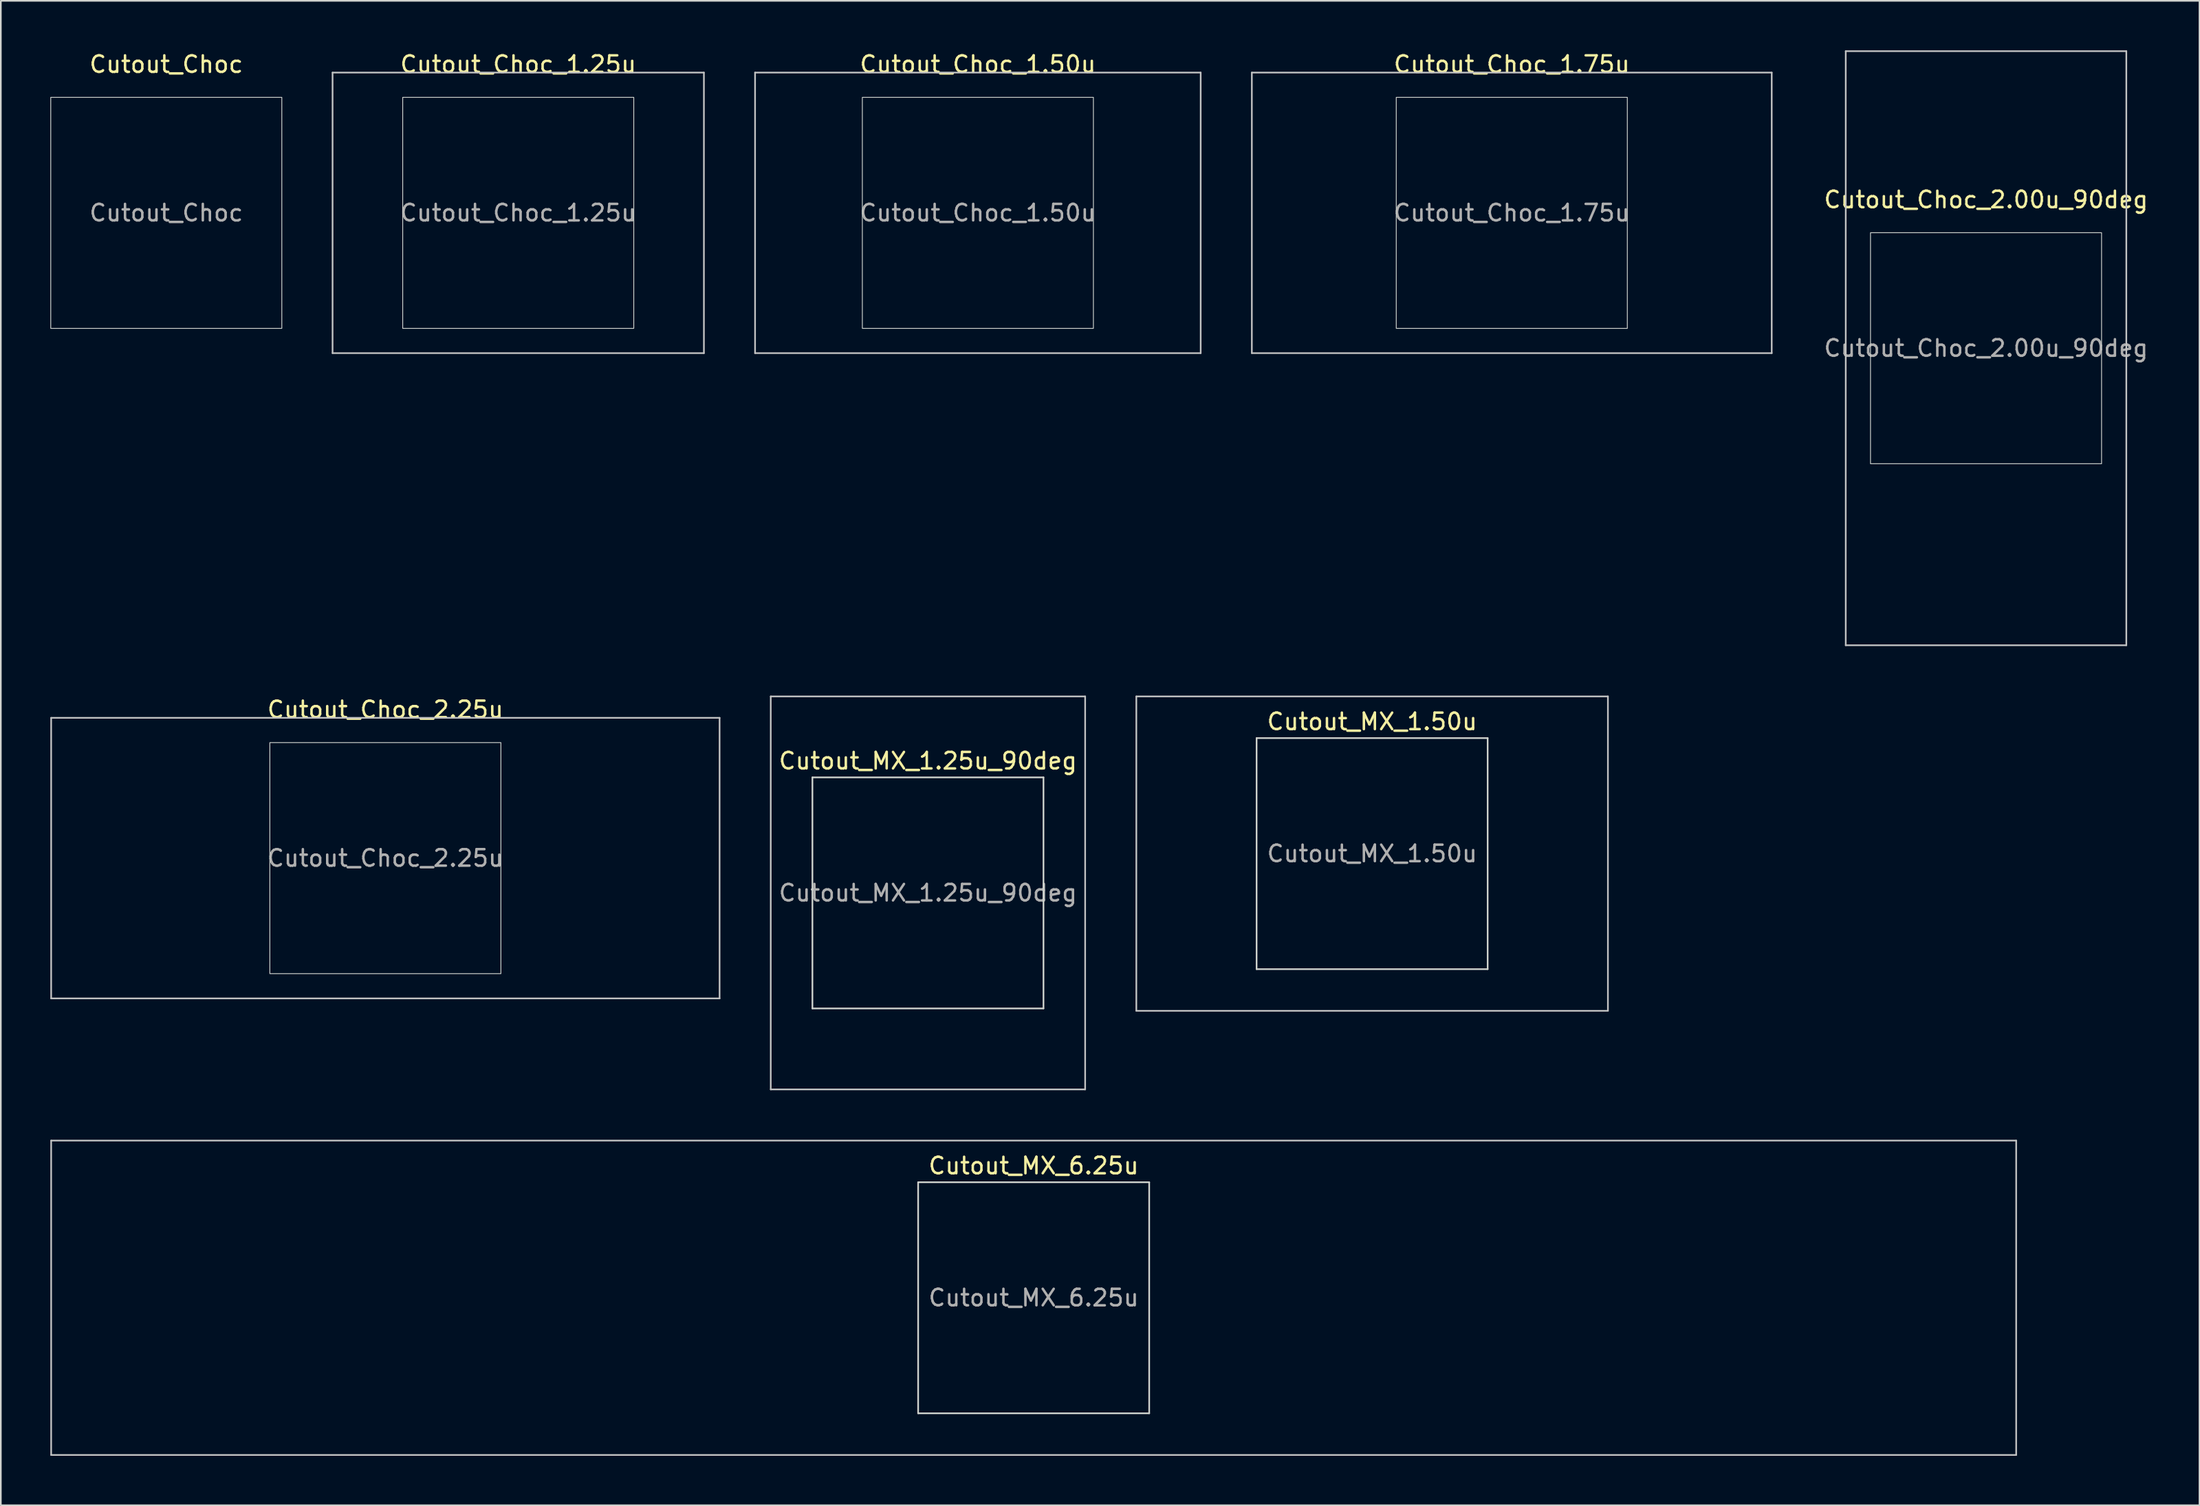
<source format=kicad_pcb>
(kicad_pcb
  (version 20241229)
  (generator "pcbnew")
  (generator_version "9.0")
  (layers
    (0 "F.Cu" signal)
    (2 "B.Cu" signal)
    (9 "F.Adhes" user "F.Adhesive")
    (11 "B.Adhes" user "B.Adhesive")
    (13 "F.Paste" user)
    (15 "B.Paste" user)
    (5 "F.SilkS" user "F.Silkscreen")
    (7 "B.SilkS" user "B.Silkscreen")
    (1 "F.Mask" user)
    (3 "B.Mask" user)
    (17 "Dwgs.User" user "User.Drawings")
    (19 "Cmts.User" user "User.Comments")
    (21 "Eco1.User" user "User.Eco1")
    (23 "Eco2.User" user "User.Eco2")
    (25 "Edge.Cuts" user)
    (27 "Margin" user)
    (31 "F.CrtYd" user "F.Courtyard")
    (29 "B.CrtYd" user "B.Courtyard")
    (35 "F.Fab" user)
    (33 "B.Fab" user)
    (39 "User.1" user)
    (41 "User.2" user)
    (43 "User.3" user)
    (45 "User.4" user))
  (footprint "Cutout_Choc_1.25u"
    (layer "F.Cu")
    (at 28.35 9.848)
    (property "Reference" "Cutout_Choc_1.25u" (at 0 -9 0) (layer "F.SilkS") (effects (font (size 1 1) (thickness 0.15))))
    (attr through_hole)
    (fp_line (start -11.25 -8.5) (end -11.25 8.5) (stroke (width 0.1) (type solid)) (layer "Dwgs.User"))
    (fp_line (start -11.25 8.5) (end 11.25 8.5) (stroke (width 0.1) (type solid)) (layer "Dwgs.User"))
    (fp_line (start 11.25 -8.5) (end -11.25 -8.5) (stroke (width 0.1) (type solid)) (layer "Dwgs.User"))
    (fp_line (start 11.25 8.5) (end 11.25 -8.5) (stroke (width 0.1) (type solid)) (layer "Dwgs.User"))
    (fp_rect (start -7 -7) (end 7 7) (stroke (width 0.05) (type default)) (fill no) (layer "Edge.Cuts"))
    (fp_text user "${REFERENCE}" (at 0 0 0) (layer "F.Fab") (effects (font (size 1 1) (thickness 0.15)))))
  (footprint "Cutout_Choc_1.75u"
    (layer "F.Cu")
    (at 88.55 9.848)
    (property "Reference" "Cutout_Choc_1.75u" (at 0 -9 0) (layer "F.SilkS") (effects (font (size 1 1) (thickness 0.15))))
    (attr through_hole)
    (fp_line (start -15.75 -8.5) (end -15.75 8.5) (stroke (width 0.1) (type solid)) (layer "Dwgs.User"))
    (fp_line (start -15.75 8.5) (end 15.75 8.5) (stroke (width 0.1) (type solid)) (layer "Dwgs.User"))
    (fp_line (start 15.75 -8.5) (end -15.75 -8.5) (stroke (width 0.1) (type solid)) (layer "Dwgs.User"))
    (fp_line (start 15.75 8.5) (end 15.75 -8.5) (stroke (width 0.1) (type solid)) (layer "Dwgs.User"))
    (fp_rect (start -7 -7) (end 7 7) (stroke (width 0.05) (type default)) (fill no) (layer "Edge.Cuts"))
    (fp_text user "${REFERENCE}" (at 0 0 0) (layer "F.Fab") (effects (font (size 1 1) (thickness 0.15)))))
  (footprint "Cutout_Choc_2.00u_90deg"
    (layer "F.Cu")
    (at 117.285 18.05)
    (property "Reference" "Cutout_Choc_2.00u_90deg" (at 0 -9 0) (layer "F.SilkS") (effects (font (size 1 1) (thickness 0.15))))
    (attr through_hole)
    (fp_line (start -8.5 -18) (end 8.5 -18) (stroke (width 0.1) (type solid)) (layer "Dwgs.User"))
    (fp_line (start -8.5 18) (end -8.5 -18) (stroke (width 0.1) (type solid)) (layer "Dwgs.User"))
    (fp_line (start 8.5 -18) (end 8.5 18) (stroke (width 0.1) (type solid)) (layer "Dwgs.User"))
    (fp_line (start 8.5 18) (end -8.5 18) (stroke (width 0.1) (type solid)) (layer "Dwgs.User"))
    (fp_rect (start -7 -7) (end 7 7) (stroke (width 0.05) (type default)) (fill no) (layer "Edge.Cuts"))
    (fp_text user "${REFERENCE}" (at 0 0 0) (layer "F.Fab") (effects (font (size 1 1) (thickness 0.15)))))
  (footprint "Cutout_Choc_1.50u"
    (layer "F.Cu")
    (at 56.2 9.848)
    (property "Reference" "Cutout_Choc_1.50u" (at 0 -9 0) (layer "F.SilkS") (effects (font (size 1 1) (thickness 0.15))))
    (attr through_hole)
    (fp_line (start -13.5 -8.5) (end -13.5 8.5) (stroke (width 0.1) (type solid)) (layer "Dwgs.User"))
    (fp_line (start -13.5 8.5) (end 13.5 8.5) (stroke (width 0.1) (type solid)) (layer "Dwgs.User"))
    (fp_line (start 13.5 -8.5) (end -13.5 -8.5) (stroke (width 0.1) (type solid)) (layer "Dwgs.User"))
    (fp_line (start 13.5 8.5) (end 13.5 -8.5) (stroke (width 0.1) (type solid)) (layer "Dwgs.User"))
    (fp_rect (start -7 -7) (end 7 7) (stroke (width 0.05) (type default)) (fill no) (layer "Edge.Cuts"))
    (fp_text user "${REFERENCE}" (at 0 0 0) (layer "F.Fab") (effects (font (size 1 1) (thickness 0.15)))))
  (footprint "Cutout_MX_6.25u"
    (layer "F.Cu")
    (at 59.581 75.588)
    (property "Reference" "Cutout_MX_6.25u" (at 0 -8 0) (layer "F.SilkS") (effects (font (size 1 1) (thickness 0.15))))
    (attr through_hole)
    (fp_line (start -59.531 -9.525) (end -59.531 9.525) (stroke (width 0.1) (type solid)) (layer "Dwgs.User"))
    (fp_line (start -59.531 9.525) (end 59.531 9.525) (stroke (width 0.1) (type solid)) (layer "Dwgs.User"))
    (fp_line (start 59.531 -9.525) (end -59.531 -9.525) (stroke (width 0.1) (type solid)) (layer "Dwgs.User"))
    (fp_line (start 59.531 9.525) (end 59.531 -9.525) (stroke (width 0.1) (type solid)) (layer "Dwgs.User"))
    (fp_line (start -7 -7) (end -7 7) (stroke (width 0.1) (type solid)) (layer "Edge.Cuts"))
    (fp_line (start -7 7) (end 7 7) (stroke (width 0.1) (type solid)) (layer "Edge.Cuts"))
    (fp_line (start 7 -7) (end -7 -7) (stroke (width 0.1) (type solid)) (layer "Edge.Cuts"))
    (fp_line (start 7 7) (end 7 -7) (stroke (width 0.1) (type solid)) (layer "Edge.Cuts"))
    (fp_text user "${REFERENCE}" (at 0 0 0) (layer "F.Fab") (effects (font (size 1 1) (thickness 0.15)))))
  (footprint "Cutout_Choc_2.25u"
    (layer "F.Cu")
    (at 20.3 48.948)
    (property "Reference" "Cutout_Choc_2.25u" (at 0 -9 0) (layer "F.SilkS") (effects (font (size 1 1) (thickness 0.15))))
    (attr through_hole)
    (fp_line (start -20.25 -8.5) (end -20.25 8.5) (stroke (width 0.1) (type solid)) (layer "Dwgs.User"))
    (fp_line (start -20.25 8.5) (end 20.25 8.5) (stroke (width 0.1) (type solid)) (layer "Dwgs.User"))
    (fp_line (start 20.25 -8.5) (end -20.25 -8.5) (stroke (width 0.1) (type solid)) (layer "Dwgs.User"))
    (fp_line (start 20.25 8.5) (end 20.25 -8.5) (stroke (width 0.1) (type solid)) (layer "Dwgs.User"))
    (fp_rect (start -7 -7) (end 7 7) (stroke (width 0.05) (type default)) (fill no) (layer "Edge.Cuts"))
    (fp_text user "${REFERENCE}" (at 0 0 0) (layer "F.Fab") (effects (font (size 1 1) (thickness 0.15)))))
  (footprint "Cutout_MX_1.25u_90deg"
    (layer "F.Cu")
    (at 53.175 51.056)
    (property "Reference" "Cutout_MX_1.25u_90deg" (at 0 -8 0) (layer "F.SilkS") (effects (font (size 1 1) (thickness 0.15))))
    (attr through_hole)
    (fp_line (start -9.525 -11.906) (end 9.525 -11.906) (stroke (width 0.1) (type solid)) (layer "Dwgs.User"))
    (fp_line (start -9.525 11.906) (end -9.525 -11.906) (stroke (width 0.1) (type solid)) (layer "Dwgs.User"))
    (fp_line (start 9.525 -11.906) (end 9.525 11.906) (stroke (width 0.1) (type solid)) (layer "Dwgs.User"))
    (fp_line (start 9.525 11.906) (end -9.525 11.906) (stroke (width 0.1) (type solid)) (layer "Dwgs.User"))
    (fp_line (start -7 -7) (end -7 7) (stroke (width 0.1) (type solid)) (layer "Edge.Cuts"))
    (fp_line (start -7 7) (end 7 7) (stroke (width 0.1) (type solid)) (layer "Edge.Cuts"))
    (fp_line (start 7 -7) (end -7 -7) (stroke (width 0.1) (type solid)) (layer "Edge.Cuts"))
    (fp_line (start 7 7) (end 7 -7) (stroke (width 0.1) (type solid)) (layer "Edge.Cuts"))
    (fp_text user "${REFERENCE}" (at 0 0 0) (layer "F.Fab") (effects (font (size 1 1) (thickness 0.15)))))
  (footprint "Cutout_Choc"
    (layer "F.Cu")
    (at 7.025 9.848)
    (property "Reference" "Cutout_Choc" (at 0 -9 0) (layer "F.SilkS") (effects (font (size 1 1) (thickness 0.15))))
    (attr through_hole)
    (fp_rect (start -7 -7) (end 7 7) (stroke (width 0.05) (type default)) (fill no) (layer "Edge.Cuts"))
    (fp_text user "${REFERENCE}" (at 0 0 0) (layer "F.Fab") (effects (font (size 1 1) (thickness 0.15)))))
  (footprint "Cutout_MX_1.50u"
    (layer "F.Cu")
    (at 80.088 48.675)
    (property "Reference" "Cutout_MX_1.50u" (at 0 -8 0) (layer "F.SilkS") (effects (font (size 1 1) (thickness 0.15))))
    (attr through_hole)
    (fp_line (start -14.287 -9.525) (end -14.287 9.525) (stroke (width 0.1) (type solid)) (layer "Dwgs.User"))
    (fp_line (start -14.287 9.525) (end 14.287 9.525) (stroke (width 0.1) (type solid)) (layer "Dwgs.User"))
    (fp_line (start 14.287 -9.525) (end -14.287 -9.525) (stroke (width 0.1) (type solid)) (layer "Dwgs.User"))
    (fp_line (start 14.287 9.525) (end 14.287 -9.525) (stroke (width 0.1) (type solid)) (layer "Dwgs.User"))
    (fp_line (start -7 -7) (end -7 7) (stroke (width 0.1) (type solid)) (layer "Edge.Cuts"))
    (fp_line (start -7 7) (end 7 7) (stroke (width 0.1) (type solid)) (layer "Edge.Cuts"))
    (fp_line (start 7 -7) (end -7 -7) (stroke (width 0.1) (type solid)) (layer "Edge.Cuts"))
    (fp_line (start 7 7) (end 7 -7) (stroke (width 0.1) (type solid)) (layer "Edge.Cuts"))
    (fp_text user "${REFERENCE}" (at 0 0 0) (layer "F.Fab") (effects (font (size 1 1) (thickness 0.15)))))
  (gr_rect
    (start -3 -3)
    (end 130.219 88.162)
    (stroke (width 0.1) (type default))
    (fill no)
    (layer "Edge.Cuts")))
</source>
